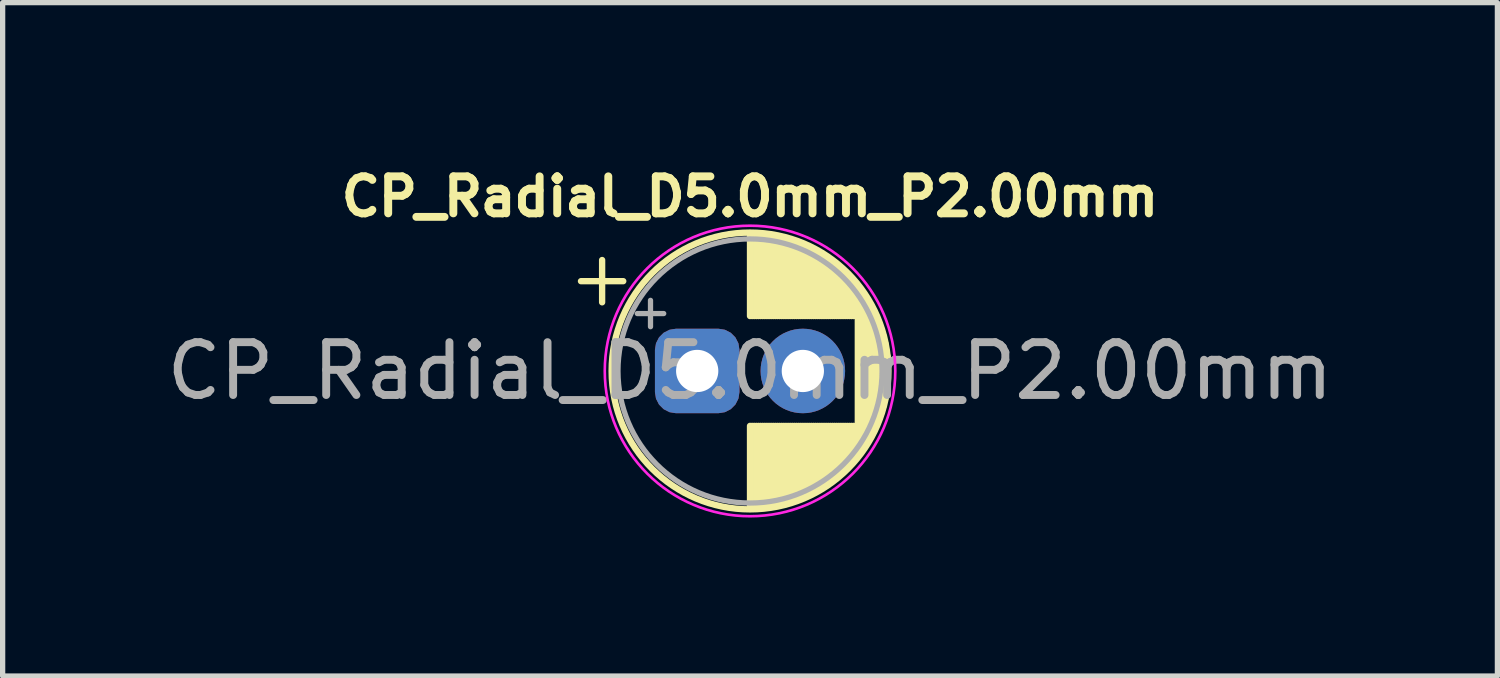
<source format=kicad_pcb>
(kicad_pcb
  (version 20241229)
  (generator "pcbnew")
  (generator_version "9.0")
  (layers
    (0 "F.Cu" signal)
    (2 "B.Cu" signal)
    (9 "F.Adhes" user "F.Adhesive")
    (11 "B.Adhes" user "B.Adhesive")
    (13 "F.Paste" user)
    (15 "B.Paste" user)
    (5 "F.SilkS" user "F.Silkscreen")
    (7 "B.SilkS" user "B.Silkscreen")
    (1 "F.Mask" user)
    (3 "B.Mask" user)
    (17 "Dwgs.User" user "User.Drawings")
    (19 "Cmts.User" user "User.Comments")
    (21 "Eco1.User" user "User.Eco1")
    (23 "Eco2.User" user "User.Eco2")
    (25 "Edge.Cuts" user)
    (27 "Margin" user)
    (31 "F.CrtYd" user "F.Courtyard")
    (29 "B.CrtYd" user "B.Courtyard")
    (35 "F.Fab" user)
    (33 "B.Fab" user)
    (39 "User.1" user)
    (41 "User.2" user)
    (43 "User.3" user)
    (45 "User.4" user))
  (footprint "CP_Radial_D5.0mm_P2.00mm"
    (layer "F.Cu")
    (at 10.149 3.973)
    (property "Reference" "CP_Radial_D5.0mm_P2.00mm" (at 1 -3.3 0) (layer "F.SilkS") (effects (font (size 0.7 0.7) (thickness 0.15))))
    (attr through_hole)
    (fp_line (start -2.2 -1.7) (end -1.4 -1.7) (stroke (width 0.12) (type solid)) (layer "F.SilkS"))
    (fp_line (start -1.8 -2.1) (end -1.8 -1.3) (stroke (width 0.12) (type solid)) (layer "F.SilkS"))
    (fp_line (start 1 -2.58) (end 1 -1.04) (stroke (width 0.12) (type solid)) (layer "F.SilkS"))
    (fp_line (start 1 1.04) (end 1 2.58) (stroke (width 0.12) (type solid)) (layer "F.SilkS"))
    (fp_line (start 1.04 -2.58) (end 1.04 -1.04) (stroke (width 0.12) (type solid)) (layer "F.SilkS"))
    (fp_line (start 1.04 1.04) (end 1.04 2.58) (stroke (width 0.12) (type solid)) (layer "F.SilkS"))
    (fp_line (start 1.08 -2.579) (end 1.08 -1.04) (stroke (width 0.12) (type solid)) (layer "F.SilkS"))
    (fp_line (start 1.08 1.04) (end 1.08 2.579) (stroke (width 0.12) (type solid)) (layer "F.SilkS"))
    (fp_line (start 1.12 -2.578) (end 1.12 -1.04) (stroke (width 0.12) (type solid)) (layer "F.SilkS"))
    (fp_line (start 1.12 1.04) (end 1.12 2.578) (stroke (width 0.12) (type solid)) (layer "F.SilkS"))
    (fp_line (start 1.16 -2.576) (end 1.16 -1.04) (stroke (width 0.12) (type solid)) (layer "F.SilkS"))
    (fp_line (start 1.16 1.04) (end 1.16 2.576) (stroke (width 0.12) (type solid)) (layer "F.SilkS"))
    (fp_line (start 1.2 -2.573) (end 1.2 -1.04) (stroke (width 0.12) (type solid)) (layer "F.SilkS"))
    (fp_line (start 1.2 1.04) (end 1.2 2.573) (stroke (width 0.12) (type solid)) (layer "F.SilkS"))
    (fp_line (start 1.24 -2.569) (end 1.24 -1.04) (stroke (width 0.12) (type solid)) (layer "F.SilkS"))
    (fp_line (start 1.24 1.04) (end 1.24 2.569) (stroke (width 0.12) (type solid)) (layer "F.SilkS"))
    (fp_line (start 1.28 -2.565) (end 1.28 -1.04) (stroke (width 0.12) (type solid)) (layer "F.SilkS"))
    (fp_line (start 1.28 1.04) (end 1.28 2.565) (stroke (width 0.12) (type solid)) (layer "F.SilkS"))
    (fp_line (start 1.32 -2.561) (end 1.32 -1.04) (stroke (width 0.12) (type solid)) (layer "F.SilkS"))
    (fp_line (start 1.32 1.04) (end 1.32 2.561) (stroke (width 0.12) (type solid)) (layer "F.SilkS"))
    (fp_line (start 1.36 -2.556) (end 1.36 -1.04) (stroke (width 0.12) (type solid)) (layer "F.SilkS"))
    (fp_line (start 1.36 1.04) (end 1.36 2.556) (stroke (width 0.12) (type solid)) (layer "F.SilkS"))
    (fp_line (start 1.4 -2.55) (end 1.4 -1.04) (stroke (width 0.12) (type solid)) (layer "F.SilkS"))
    (fp_line (start 1.4 1.04) (end 1.4 2.55) (stroke (width 0.12) (type solid)) (layer "F.SilkS"))
    (fp_line (start 1.44 -2.543) (end 1.44 -1.04) (stroke (width 0.12) (type solid)) (layer "F.SilkS"))
    (fp_line (start 1.44 1.04) (end 1.44 2.543) (stroke (width 0.12) (type solid)) (layer "F.SilkS"))
    (fp_line (start 1.48 -2.536) (end 1.48 -1.04) (stroke (width 0.12) (type solid)) (layer "F.SilkS"))
    (fp_line (start 1.48 1.04) (end 1.48 2.536) (stroke (width 0.12) (type solid)) (layer "F.SilkS"))
    (fp_line (start 1.52 -2.528) (end 1.52 -1.04) (stroke (width 0.12) (type solid)) (layer "F.SilkS"))
    (fp_line (start 1.52 1.04) (end 1.52 2.528) (stroke (width 0.12) (type solid)) (layer "F.SilkS"))
    (fp_line (start 1.56 -2.52) (end 1.56 -1.04) (stroke (width 0.12) (type solid)) (layer "F.SilkS"))
    (fp_line (start 1.56 1.04) (end 1.56 2.52) (stroke (width 0.12) (type solid)) (layer "F.SilkS"))
    (fp_line (start 1.6 -2.511) (end 1.6 -1.04) (stroke (width 0.12) (type solid)) (layer "F.SilkS"))
    (fp_line (start 1.6 1.04) (end 1.6 2.511) (stroke (width 0.12) (type solid)) (layer "F.SilkS"))
    (fp_line (start 1.64 -2.501) (end 1.64 -1.04) (stroke (width 0.12) (type solid)) (layer "F.SilkS"))
    (fp_line (start 1.64 1.04) (end 1.64 2.501) (stroke (width 0.12) (type solid)) (layer "F.SilkS"))
    (fp_line (start 1.68 -2.491) (end 1.68 -1.04) (stroke (width 0.12) (type solid)) (layer "F.SilkS"))
    (fp_line (start 1.68 1.04) (end 1.68 2.491) (stroke (width 0.12) (type solid)) (layer "F.SilkS"))
    (fp_line (start 1.721 -2.48) (end 1.721 -1.04) (stroke (width 0.12) (type solid)) (layer "F.SilkS"))
    (fp_line (start 1.721 1.04) (end 1.721 2.48) (stroke (width 0.12) (type solid)) (layer "F.SilkS"))
    (fp_line (start 1.761 -2.468) (end 1.761 -1.04) (stroke (width 0.12) (type solid)) (layer "F.SilkS"))
    (fp_line (start 1.761 1.04) (end 1.761 2.468) (stroke (width 0.12) (type solid)) (layer "F.SilkS"))
    (fp_line (start 1.801 -2.455) (end 1.801 -1.04) (stroke (width 0.12) (type solid)) (layer "F.SilkS"))
    (fp_line (start 1.801 1.04) (end 1.801 2.455) (stroke (width 0.12) (type solid)) (layer "F.SilkS"))
    (fp_line (start 1.841 -2.442) (end 1.841 -1.04) (stroke (width 0.12) (type solid)) (layer "F.SilkS"))
    (fp_line (start 1.841 1.04) (end 1.841 2.442) (stroke (width 0.12) (type solid)) (layer "F.SilkS"))
    (fp_line (start 1.881 -2.428) (end 1.881 -1.04) (stroke (width 0.12) (type solid)) (layer "F.SilkS"))
    (fp_line (start 1.881 1.04) (end 1.881 2.428) (stroke (width 0.12) (type solid)) (layer "F.SilkS"))
    (fp_line (start 1.921 -2.414) (end 1.921 -1.04) (stroke (width 0.12) (type solid)) (layer "F.SilkS"))
    (fp_line (start 1.921 1.04) (end 1.921 2.414) (stroke (width 0.12) (type solid)) (layer "F.SilkS"))
    (fp_line (start 1.961 -2.398) (end 1.961 -1.04) (stroke (width 0.12) (type solid)) (layer "F.SilkS"))
    (fp_line (start 1.961 1.04) (end 1.961 2.398) (stroke (width 0.12) (type solid)) (layer "F.SilkS"))
    (fp_line (start 2.001 -2.382) (end 2.001 -1.04) (stroke (width 0.12) (type solid)) (layer "F.SilkS"))
    (fp_line (start 2.001 1.04) (end 2.001 2.382) (stroke (width 0.12) (type solid)) (layer "F.SilkS"))
    (fp_line (start 2.041 -2.365) (end 2.041 -1.04) (stroke (width 0.12) (type solid)) (layer "F.SilkS"))
    (fp_line (start 2.041 1.04) (end 2.041 2.365) (stroke (width 0.12) (type solid)) (layer "F.SilkS"))
    (fp_line (start 2.081 -2.348) (end 2.081 -1.04) (stroke (width 0.12) (type solid)) (layer "F.SilkS"))
    (fp_line (start 2.081 1.04) (end 2.081 2.348) (stroke (width 0.12) (type solid)) (layer "F.SilkS"))
    (fp_line (start 2.121 -2.329) (end 2.121 -1.04) (stroke (width 0.12) (type solid)) (layer "F.SilkS"))
    (fp_line (start 2.121 1.04) (end 2.121 2.329) (stroke (width 0.12) (type solid)) (layer "F.SilkS"))
    (fp_line (start 2.161 -2.31) (end 2.161 -1.04) (stroke (width 0.12) (type solid)) (layer "F.SilkS"))
    (fp_line (start 2.161 1.04) (end 2.161 2.31) (stroke (width 0.12) (type solid)) (layer "F.SilkS"))
    (fp_line (start 2.201 -2.29) (end 2.201 -1.04) (stroke (width 0.12) (type solid)) (layer "F.SilkS"))
    (fp_line (start 2.201 1.04) (end 2.201 2.29) (stroke (width 0.12) (type solid)) (layer "F.SilkS"))
    (fp_line (start 2.241 -2.268) (end 2.241 -1.04) (stroke (width 0.12) (type solid)) (layer "F.SilkS"))
    (fp_line (start 2.241 1.04) (end 2.241 2.268) (stroke (width 0.12) (type solid)) (layer "F.SilkS"))
    (fp_line (start 2.281 -2.247) (end 2.281 -1.04) (stroke (width 0.12) (type solid)) (layer "F.SilkS"))
    (fp_line (start 2.281 1.04) (end 2.281 2.247) (stroke (width 0.12) (type solid)) (layer "F.SilkS"))
    (fp_line (start 2.321 -2.224) (end 2.321 -1.04) (stroke (width 0.12) (type solid)) (layer "F.SilkS"))
    (fp_line (start 2.321 1.04) (end 2.321 2.224) (stroke (width 0.12) (type solid)) (layer "F.SilkS"))
    (fp_line (start 2.361 -2.2) (end 2.361 -1.04) (stroke (width 0.12) (type solid)) (layer "F.SilkS"))
    (fp_line (start 2.361 1.04) (end 2.361 2.2) (stroke (width 0.12) (type solid)) (layer "F.SilkS"))
    (fp_line (start 2.401 -2.175) (end 2.401 -1.04) (stroke (width 0.12) (type solid)) (layer "F.SilkS"))
    (fp_line (start 2.401 1.04) (end 2.401 2.175) (stroke (width 0.12) (type solid)) (layer "F.SilkS"))
    (fp_line (start 2.441 -2.149) (end 2.441 -1.04) (stroke (width 0.12) (type solid)) (layer "F.SilkS"))
    (fp_line (start 2.441 1.04) (end 2.441 2.149) (stroke (width 0.12) (type solid)) (layer "F.SilkS"))
    (fp_line (start 2.481 -2.122) (end 2.481 -1.04) (stroke (width 0.12) (type solid)) (layer "F.SilkS"))
    (fp_line (start 2.481 1.04) (end 2.481 2.122) (stroke (width 0.12) (type solid)) (layer "F.SilkS"))
    (fp_line (start 2.521 -2.095) (end 2.521 -1.04) (stroke (width 0.12) (type solid)) (layer "F.SilkS"))
    (fp_line (start 2.521 1.04) (end 2.521 2.095) (stroke (width 0.12) (type solid)) (layer "F.SilkS"))
    (fp_line (start 2.561 -2.065) (end 2.561 -1.04) (stroke (width 0.12) (type solid)) (layer "F.SilkS"))
    (fp_line (start 2.561 1.04) (end 2.561 2.065) (stroke (width 0.12) (type solid)) (layer "F.SilkS"))
    (fp_line (start 2.601 -2.035) (end 2.601 -1.04) (stroke (width 0.12) (type solid)) (layer "F.SilkS"))
    (fp_line (start 2.601 1.04) (end 2.601 2.035) (stroke (width 0.12) (type solid)) (layer "F.SilkS"))
    (fp_line (start 2.641 -2.004) (end 2.641 -1.04) (stroke (width 0.12) (type solid)) (layer "F.SilkS"))
    (fp_line (start 2.641 1.04) (end 2.641 2.004) (stroke (width 0.12) (type solid)) (layer "F.SilkS"))
    (fp_line (start 2.681 -1.971) (end 2.681 -1.04) (stroke (width 0.12) (type solid)) (layer "F.SilkS"))
    (fp_line (start 2.681 1.04) (end 2.681 1.971) (stroke (width 0.12) (type solid)) (layer "F.SilkS"))
    (fp_line (start 2.721 -1.937) (end 2.721 -1.04) (stroke (width 0.12) (type solid)) (layer "F.SilkS"))
    (fp_line (start 2.721 1.04) (end 2.721 1.937) (stroke (width 0.12) (type solid)) (layer "F.SilkS"))
    (fp_line (start 2.761 -1.901) (end 2.761 -1.04) (stroke (width 0.12) (type solid)) (layer "F.SilkS"))
    (fp_line (start 2.761 1.04) (end 2.761 1.901) (stroke (width 0.12) (type solid)) (layer "F.SilkS"))
    (fp_line (start 2.801 -1.864) (end 2.801 -1.04) (stroke (width 0.12) (type solid)) (layer "F.SilkS"))
    (fp_line (start 2.801 1.04) (end 2.801 1.864) (stroke (width 0.12) (type solid)) (layer "F.SilkS"))
    (fp_line (start 2.841 -1.826) (end 2.841 -1.04) (stroke (width 0.12) (type solid)) (layer "F.SilkS"))
    (fp_line (start 2.841 1.04) (end 2.841 1.826) (stroke (width 0.12) (type solid)) (layer "F.SilkS"))
    (fp_line (start 2.881 -1.785) (end 2.881 -1.04) (stroke (width 0.12) (type solid)) (layer "F.SilkS"))
    (fp_line (start 2.881 1.04) (end 2.881 1.785) (stroke (width 0.12) (type solid)) (layer "F.SilkS"))
    (fp_line (start 2.921 -1.743) (end 2.921 -1.04) (stroke (width 0.12) (type solid)) (layer "F.SilkS"))
    (fp_line (start 2.921 1.04) (end 2.921 1.743) (stroke (width 0.12) (type solid)) (layer "F.SilkS"))
    (fp_line (start 2.961 -1.699) (end 2.961 -1.04) (stroke (width 0.12) (type solid)) (layer "F.SilkS"))
    (fp_line (start 2.961 1.04) (end 2.961 1.699) (stroke (width 0.12) (type solid)) (layer "F.SilkS"))
    (fp_line (start 3.001 -1.653) (end 3.001 -1.04) (stroke (width 0.12) (type solid)) (layer "F.SilkS"))
    (fp_line (start 3.001 1.04) (end 3.001 1.653) (stroke (width 0.12) (type solid)) (layer "F.SilkS"))
    (fp_line (start 3.041 -1.605) (end 3.041 1.605) (stroke (width 0.12) (type solid)) (layer "F.SilkS"))
    (fp_line (start 3.081 -1.554) (end 3.081 1.554) (stroke (width 0.12) (type solid)) (layer "F.SilkS"))
    (fp_line (start 3.121 -1.5) (end 3.121 1.5) (stroke (width 0.12) (type solid)) (layer "F.SilkS"))
    (fp_line (start 3.161 -1.443) (end 3.161 1.443) (stroke (width 0.12) (type solid)) (layer "F.SilkS"))
    (fp_line (start 3.201 -1.383) (end 3.201 1.383) (stroke (width 0.12) (type solid)) (layer "F.SilkS"))
    (fp_line (start 3.241 -1.319) (end 3.241 1.319) (stroke (width 0.12) (type solid)) (layer "F.SilkS"))
    (fp_line (start 3.281 -1.251) (end 3.281 1.251) (stroke (width 0.12) (type solid)) (layer "F.SilkS"))
    (fp_line (start 3.321 -1.178) (end 3.321 1.178) (stroke (width 0.12) (type solid)) (layer "F.SilkS"))
    (fp_line (start 3.361 -1.098) (end 3.361 1.098) (stroke (width 0.12) (type solid)) (layer "F.SilkS"))
    (fp_line (start 3.401 -1.011) (end 3.401 1.011) (stroke (width 0.12) (type solid)) (layer "F.SilkS"))
    (fp_line (start 3.441 -0.915) (end 3.441 0.915) (stroke (width 0.12) (type solid)) (layer "F.SilkS"))
    (fp_line (start 3.481 -0.805) (end 3.481 0.805) (stroke (width 0.12) (type solid)) (layer "F.SilkS"))
    (fp_line (start 3.521 -0.677) (end 3.521 0.677) (stroke (width 0.12) (type solid)) (layer "F.SilkS"))
    (fp_line (start 3.561 -0.518) (end 3.561 0.518) (stroke (width 0.12) (type solid)) (layer "F.SilkS"))
    (fp_line (start 3.601 -0.284) (end 3.601 0.284) (stroke (width 0.12) (type solid)) (layer "F.SilkS"))
    (fp_circle (center 1 0) (end 3.62 0) (stroke (width 0.12) (type solid)) (fill no) (layer "F.SilkS"))
    (fp_circle (center 1 0) (end 3.75 0) (stroke (width 0.05) (type solid)) (fill no) (layer "F.CrtYd"))
    (fp_line (start -1.134 -1.087) (end -0.634 -1.087) (stroke (width 0.1) (type solid)) (layer "F.Fab"))
    (fp_line (start -0.884 -1.337) (end -0.884 -0.838) (stroke (width 0.1) (type solid)) (layer "F.Fab"))
    (fp_circle (center 1 0) (end 3.5 0) (stroke (width 0.1) (type solid)) (fill no) (layer "F.Fab"))
    (fp_text user "${REFERENCE}" (at 1 0 0) (layer "F.Fab") (effects (font (size 1 1) (thickness 0.15))))
    (pad "1" thru_hole roundrect (at 0 0) (size 1.6 1.6) (drill 0.8) (layers "*.Cu" "*.Mask") (roundrect_rratio 0.25))
    (pad "2" thru_hole circle (at 2 0) (size 1.6 1.6) (drill 0.8) (layers "*.Cu" "*.Mask")))
  (gr_rect
    (start -3 -3)
    (end 25.298 9.748)
    (stroke (width 0.1) (type default))
    (fill no)
    (layer "Edge.Cuts")))
</source>
